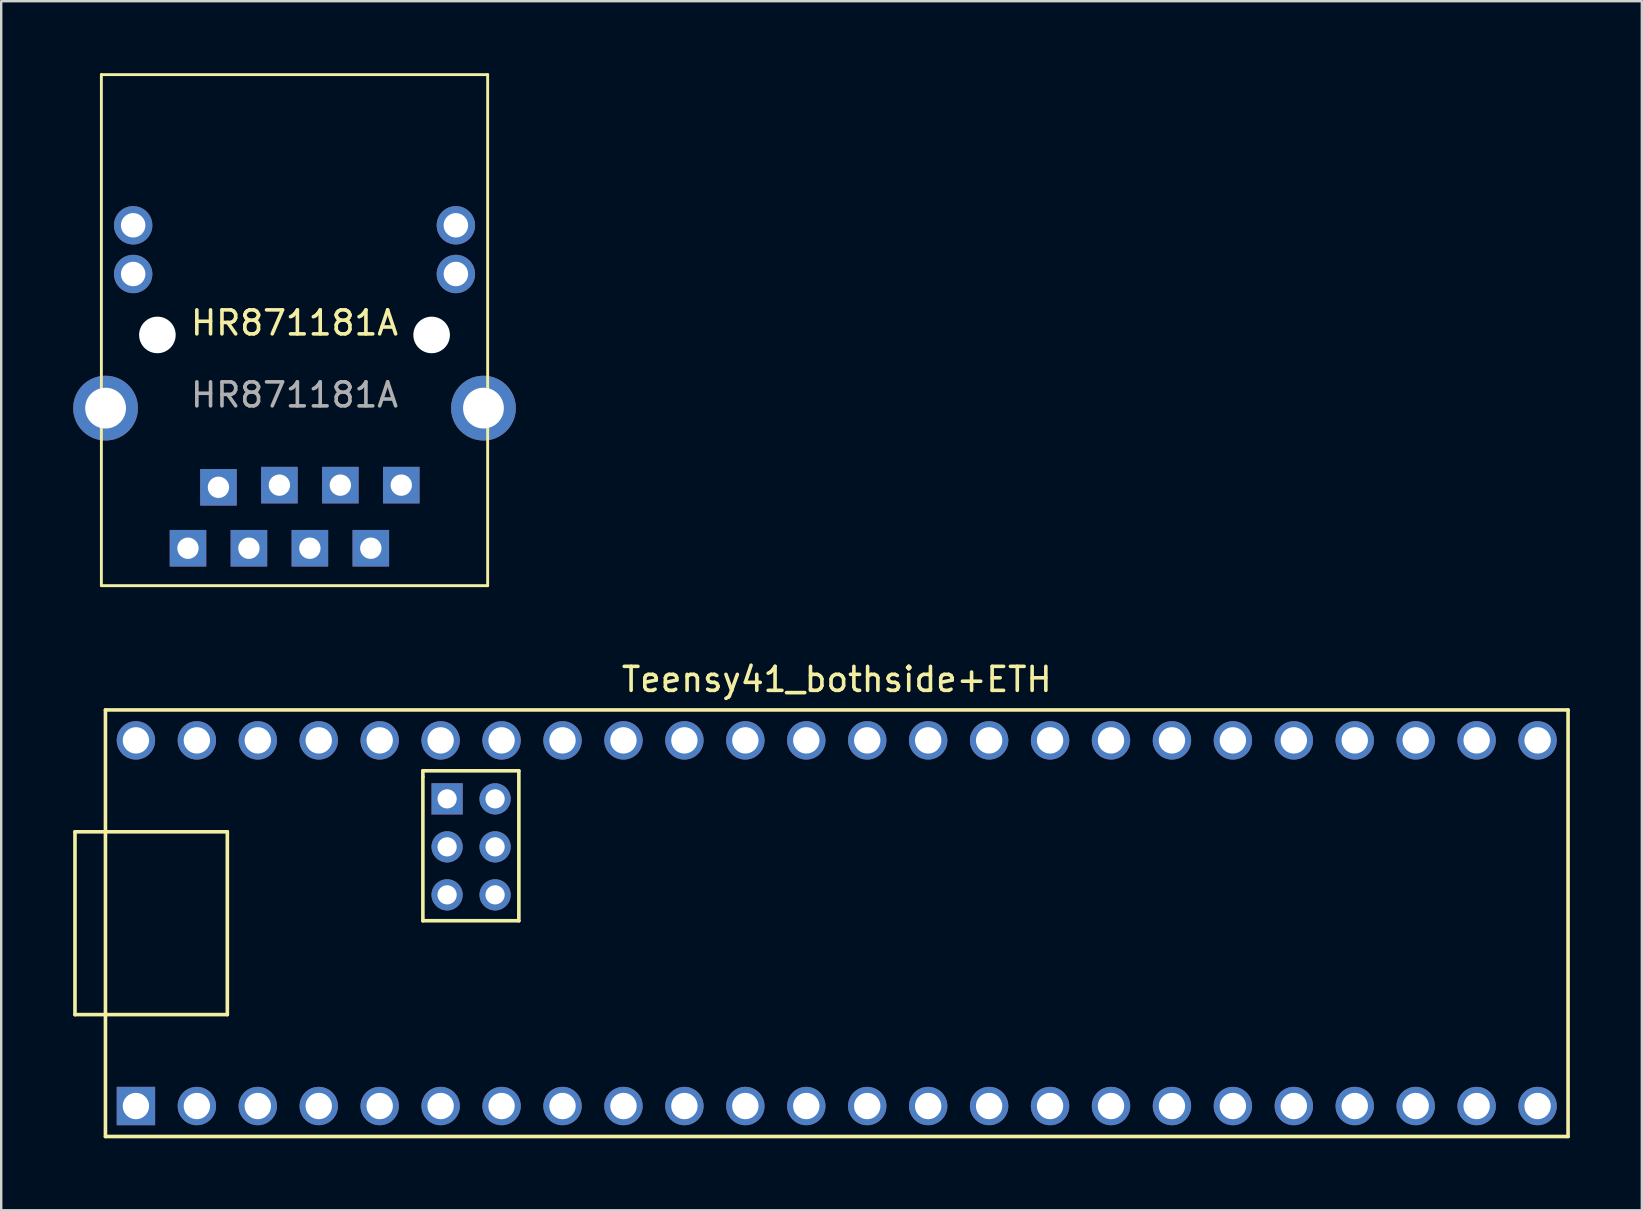
<source format=kicad_pcb>
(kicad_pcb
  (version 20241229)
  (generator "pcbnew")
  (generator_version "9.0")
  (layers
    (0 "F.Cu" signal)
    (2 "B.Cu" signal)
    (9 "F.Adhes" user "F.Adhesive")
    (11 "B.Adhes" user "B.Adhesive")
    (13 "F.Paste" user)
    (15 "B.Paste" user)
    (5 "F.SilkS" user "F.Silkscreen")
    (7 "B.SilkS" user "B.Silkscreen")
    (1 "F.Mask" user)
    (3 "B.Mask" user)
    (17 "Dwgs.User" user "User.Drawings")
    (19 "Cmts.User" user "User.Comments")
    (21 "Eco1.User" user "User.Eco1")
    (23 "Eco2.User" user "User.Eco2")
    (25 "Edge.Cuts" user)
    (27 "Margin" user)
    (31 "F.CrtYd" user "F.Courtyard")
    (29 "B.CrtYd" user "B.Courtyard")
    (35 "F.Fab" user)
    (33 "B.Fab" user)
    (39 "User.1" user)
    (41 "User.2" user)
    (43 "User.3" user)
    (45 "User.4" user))
  (footprint "HR871181A"
    (layer "F.Cu")
    (at 9.225 10.91)
    (property "Reference" "HR871181A" (at 0 -0.5 0) (unlocked yes) (layer "F.SilkS") (effects (font (size 1 1) (thickness 0.15))))
    (attr through_hole)
    (fp_line (start -8.05 -10.85) (end -8.05 10.45) (stroke (width 0.12) (type default)) (layer "F.SilkS"))
    (fp_line (start -8.05 10.45) (end 8.05 10.45) (stroke (width 0.12) (type default)) (layer "F.SilkS"))
    (fp_line (start 8.05 -10.85) (end -8.05 -10.85) (stroke (width 0.12) (type default)) (layer "F.SilkS"))
    (fp_line (start 8.05 10.45) (end 8.05 -10.85) (stroke (width 0.12) (type default)) (layer "F.SilkS"))
    (fp_text user "${REFERENCE}" (at 0 2.5 0) (unlocked yes) (layer "F.Fab") (effects (font (size 1 1) (thickness 0.15))))
    (pad "" np_thru_hole circle (at -5.715 0) (size 1.524 1.524) (drill 3.2) (layers "*.Cu" "*.Mask"))
    (pad "" np_thru_hole circle (at 5.715 0) (size 1.524 1.524) (drill 3.2) (layers "*.Cu" "*.Mask"))
    (pad "1" thru_hole rect (at -4.44 8.89) (size 1.524 1.524) (drill 0.89) (layers "*.Cu" "*.Mask"))
    (pad "2" thru_hole rect (at -3.17 6.35) (size 1.524 1.524) (drill 0.89) (layers "*.Cu" "*.Mask"))
    (pad "3" thru_hole rect (at -1.9 8.89) (size 1.524 1.524) (drill 0.89) (layers "*.Cu" "*.Mask"))
    (pad "4" thru_hole rect (at -0.63 6.26) (size 1.524 1.524) (drill 0.89) (layers "*.Cu" "*.Mask"))
    (pad "5" thru_hole rect (at 0.64 8.89) (size 1.524 1.524) (drill 0.89) (layers "*.Cu" "*.Mask"))
    (pad "6" thru_hole rect (at 1.91 6.26) (size 1.524 1.524) (drill 0.89) (layers "*.Cu" "*.Mask"))
    (pad "7" thru_hole rect (at 3.18 8.89) (size 1.524 1.524) (drill 0.89) (layers "*.Cu" "*.Mask"))
    (pad "8" thru_hole rect (at 4.45 6.26) (size 1.524 1.524) (drill 0.89) (layers "*.Cu" "*.Mask"))
    (pad "9" thru_hole circle (at -6.725 -2.54) (size 1.6 1.6) (drill 1.02) (layers "*.Cu" "*.Mask"))
    (pad "10" thru_hole circle (at -6.725 -4.57) (size 1.6 1.6) (drill 1.02) (layers "*.Cu" "*.Mask"))
    (pad "11" thru_hole circle (at 6.725 -2.54) (size 1.6 1.6) (drill 1.02) (layers "*.Cu" "*.Mask"))
    (pad "12" thru_hole circle (at 6.725 -4.57) (size 1.6 1.6) (drill 1.02) (layers "*.Cu" "*.Mask"))
    (pad "13" thru_hole circle (at -7.875 3.05) (size 2.7 2.7) (drill 1.7) (layers "*.Cu" "*.Mask"))
    (pad "13" thru_hole circle (at 7.875 3.05) (size 2.7 2.7) (drill 1.7) (layers "*.Cu" "*.Mask")))
  (footprint "Teensy41_bothside+ETH"
    (layer "F.Cu")
    (at 31.825 35.428)
    (property "Reference" "Teensy41_bothside+ETH" (at 0 -10.16 0) (layer "F.SilkS") (effects (font (size 1 1) (thickness 0.15))))
    (attr through_hole)
    (fp_line (start -31.75 -3.81) (end -30.48 -3.81) (stroke (width 0.15) (type solid)) (layer "F.SilkS"))
    (fp_line (start -31.75 3.81) (end -31.75 -3.81) (stroke (width 0.15) (type solid)) (layer "F.SilkS"))
    (fp_line (start -30.48 -8.89) (end 30.48 -8.89) (stroke (width 0.15) (type solid)) (layer "F.SilkS"))
    (fp_line (start -30.48 3.81) (end -31.75 3.81) (stroke (width 0.15) (type solid)) (layer "F.SilkS"))
    (fp_line (start -30.48 8.89) (end -30.48 -8.89) (stroke (width 0.15) (type solid)) (layer "F.SilkS"))
    (fp_line (start -25.4 -3.81) (end -30.48 -3.81) (stroke (width 0.15) (type solid)) (layer "F.SilkS"))
    (fp_line (start -25.4 3.81) (end -30.48 3.81) (stroke (width 0.15) (type solid)) (layer "F.SilkS"))
    (fp_line (start -25.4 3.81) (end -25.4 -3.81) (stroke (width 0.15) (type solid)) (layer "F.SilkS"))
    (fp_line (start -17.25 -6.352) (end -17.25 -6.102) (stroke (width 0.15) (type solid)) (layer "F.SilkS"))
    (fp_line (start -17.25 -6.102) (end -17.25 -0.102) (stroke (width 0.15) (type solid)) (layer "F.SilkS"))
    (fp_line (start -17.25 -0.102) (end -13.25 -0.102) (stroke (width 0.15) (type solid)) (layer "F.SilkS"))
    (fp_line (start -13.25 -6.352) (end -17.25 -6.352) (stroke (width 0.15) (type solid)) (layer "F.SilkS"))
    (fp_line (start -13.25 -0.102) (end -13.25 -6.352) (stroke (width 0.15) (type solid)) (layer "F.SilkS"))
    (fp_line (start 30.48 -8.89) (end 30.48 8.89) (stroke (width 0.15) (type solid)) (layer "F.SilkS"))
    (fp_line (start 30.48 8.89) (end -30.48 8.89) (stroke (width 0.15) (type solid)) (layer "F.SilkS"))
    (pad "1" thru_hole rect (at -29.21 7.62) (size 1.6 1.6) (drill 1.1) (layers "*.Cu" "*.Mask"))
    (pad "2" thru_hole circle (at -26.67 7.62) (size 1.6 1.6) (drill 1.1) (layers "*.Cu" "*.Mask"))
    (pad "3" thru_hole circle (at -24.13 7.62) (size 1.6 1.6) (drill 1.1) (layers "*.Cu" "*.Mask"))
    (pad "4" thru_hole circle (at -21.59 7.62) (size 1.6 1.6) (drill 1.1) (layers "*.Cu" "*.Mask"))
    (pad "5" thru_hole circle (at -19.05 7.62) (size 1.6 1.6) (drill 1.1) (layers "*.Cu" "*.Mask"))
    (pad "6" thru_hole circle (at -16.51 7.62) (size 1.6 1.6) (drill 1.1) (layers "*.Cu" "*.Mask"))
    (pad "7" thru_hole circle (at -13.97 7.62) (size 1.6 1.6) (drill 1.1) (layers "*.Cu" "*.Mask"))
    (pad "8" thru_hole circle (at -11.43 7.62) (size 1.6 1.6) (drill 1.1) (layers "*.Cu" "*.Mask"))
    (pad "9" thru_hole circle (at -8.89 7.62) (size 1.6 1.6) (drill 1.1) (layers "*.Cu" "*.Mask"))
    (pad "10" thru_hole circle (at -6.35 7.62) (size 1.6 1.6) (drill 1.1) (layers "*.Cu" "*.Mask"))
    (pad "11" thru_hole circle (at -3.81 7.62) (size 1.6 1.6) (drill 1.1) (layers "*.Cu" "*.Mask"))
    (pad "12" thru_hole circle (at -1.27 7.62) (size 1.6 1.6) (drill 1.1) (layers "*.Cu" "*.Mask"))
    (pad "13" thru_hole circle (at 1.27 7.62) (size 1.6 1.6) (drill 1.1) (layers "*.Cu" "*.Mask"))
    (pad "14" thru_hole circle (at 3.81 7.62) (size 1.6 1.6) (drill 1.1) (layers "*.Cu" "*.Mask"))
    (pad "15" thru_hole circle (at 6.35 7.62) (size 1.6 1.6) (drill 1.1) (layers "*.Cu" "*.Mask"))
    (pad "16" thru_hole circle (at 8.89 7.62) (size 1.6 1.6) (drill 1.1) (layers "*.Cu" "*.Mask"))
    (pad "17" thru_hole circle (at 11.43 7.62) (size 1.6 1.6) (drill 1.1) (layers "*.Cu" "*.Mask"))
    (pad "18" thru_hole circle (at 13.97 7.62) (size 1.6 1.6) (drill 1.1) (layers "*.Cu" "*.Mask"))
    (pad "19" thru_hole circle (at 16.51 7.62) (size 1.6 1.6) (drill 1.1) (layers "*.Cu" "*.Mask"))
    (pad "20" thru_hole circle (at 19.05 7.62) (size 1.6 1.6) (drill 1.1) (layers "*.Cu" "*.Mask"))
    (pad "21" thru_hole circle (at 21.59 7.62) (size 1.6 1.6) (drill 1.1) (layers "*.Cu" "*.Mask"))
    (pad "22" thru_hole circle (at 24.13 7.62) (size 1.6 1.6) (drill 1.1) (layers "*.Cu" "*.Mask"))
    (pad "23" thru_hole circle (at 26.67 7.62) (size 1.6 1.6) (drill 1.1) (layers "*.Cu" "*.Mask"))
    (pad "24" thru_hole circle (at 29.21 7.62) (size 1.6 1.6) (drill 1.1) (layers "*.Cu" "*.Mask"))
    (pad "25" thru_hole circle (at 29.21 -7.62) (size 1.6 1.6) (drill 1.1) (layers "*.Cu" "*.Mask"))
    (pad "26" thru_hole circle (at 26.67 -7.62) (size 1.6 1.6) (drill 1.1) (layers "*.Cu" "*.Mask"))
    (pad "27" thru_hole circle (at 24.13 -7.62) (size 1.6 1.6) (drill 1.1) (layers "*.Cu" "*.Mask"))
    (pad "28" thru_hole circle (at 21.59 -7.62) (size 1.6 1.6) (drill 1.1) (layers "*.Cu" "*.Mask"))
    (pad "29" thru_hole circle (at 19.05 -7.62) (size 1.6 1.6) (drill 1.1) (layers "*.Cu" "*.Mask"))
    (pad "30" thru_hole circle (at 16.51 -7.62) (size 1.6 1.6) (drill 1.1) (layers "*.Cu" "*.Mask"))
    (pad "31" thru_hole circle (at 13.97 -7.62) (size 1.6 1.6) (drill 1.1) (layers "*.Cu" "*.Mask"))
    (pad "32" thru_hole circle (at 11.43 -7.62) (size 1.6 1.6) (drill 1.1) (layers "*.Cu" "*.Mask"))
    (pad "33" thru_hole circle (at 8.89 -7.62) (size 1.6 1.6) (drill 1.1) (layers "*.Cu" "*.Mask"))
    (pad "34" thru_hole circle (at 6.35 -7.62) (size 1.6 1.6) (drill 1.1) (layers "*.Cu" "*.Mask"))
    (pad "35" thru_hole circle (at 3.81 -7.62) (size 1.6 1.6) (drill 1.1) (layers "*.Cu" "*.Mask"))
    (pad "36" thru_hole circle (at 1.27 -7.62) (size 1.6 1.6) (drill 1.1) (layers "*.Cu" "*.Mask"))
    (pad "37" thru_hole circle (at -1.27 -7.62) (size 1.6 1.6) (drill 1.1) (layers "*.Cu" "*.Mask"))
    (pad "38" thru_hole circle (at -3.81 -7.62) (size 1.6 1.6) (drill 1.1) (layers "*.Cu" "*.Mask"))
    (pad "39" thru_hole circle (at -6.35 -7.62) (size 1.6 1.6) (drill 1.1) (layers "*.Cu" "*.Mask"))
    (pad "40" thru_hole circle (at -8.89 -7.62) (size 1.6 1.6) (drill 1.1) (layers "*.Cu" "*.Mask"))
    (pad "41" thru_hole circle (at -11.43 -7.62) (size 1.6 1.6) (drill 1.1) (layers "*.Cu" "*.Mask"))
    (pad "42" thru_hole circle (at -13.97 -7.62) (size 1.6 1.6) (drill 1.1) (layers "*.Cu" "*.Mask"))
    (pad "43" thru_hole circle (at -16.51 -7.62) (size 1.6 1.6) (drill 1.1) (layers "*.Cu" "*.Mask"))
    (pad "44" thru_hole circle (at -19.05 -7.62) (size 1.6 1.6) (drill 1.1) (layers "*.Cu" "*.Mask"))
    (pad "45" thru_hole circle (at -21.59 -7.62) (size 1.6 1.6) (drill 1.1) (layers "*.Cu" "*.Mask"))
    (pad "46" thru_hole circle (at -24.13 -7.62) (size 1.6 1.6) (drill 1.1) (layers "*.Cu" "*.Mask"))
    (pad "47" thru_hole circle (at -26.67 -7.62) (size 1.6 1.6) (drill 1.1) (layers "*.Cu" "*.Mask"))
    (pad "48" thru_hole circle (at -29.21 -7.62) (size 1.6 1.6) (drill 1.1) (layers "*.Cu" "*.Mask"))
    (pad "60" thru_hole rect (at -16.24 -5.182) (size 1.3 1.3) (drill 0.8) (layers "*.Cu" "*.Mask"))
    (pad "61" thru_hole circle (at -16.24 -3.182) (size 1.3 1.3) (drill 0.8) (layers "*.Cu" "*.Mask"))
    (pad "62" thru_hole circle (at -16.24 -1.182) (size 1.3 1.3) (drill 0.8) (layers "*.Cu" "*.Mask"))
    (pad "63" thru_hole circle (at -14.24 -1.182) (size 1.3 1.3) (drill 0.8) (layers "*.Cu" "*.Mask"))
    (pad "64" thru_hole circle (at -14.24 -3.182) (size 1.3 1.3) (drill 0.8) (layers "*.Cu" "*.Mask"))
    (pad "65" thru_hole circle (at -14.24 -5.182) (size 1.3 1.3) (drill 0.8) (layers "*.Cu" "*.Mask")))
  (gr_rect
    (start -3 -3)
    (end 65.38 47.393)
    (stroke (width 0.1) (type default))
    (fill no)
    (layer "Edge.Cuts")))
</source>
